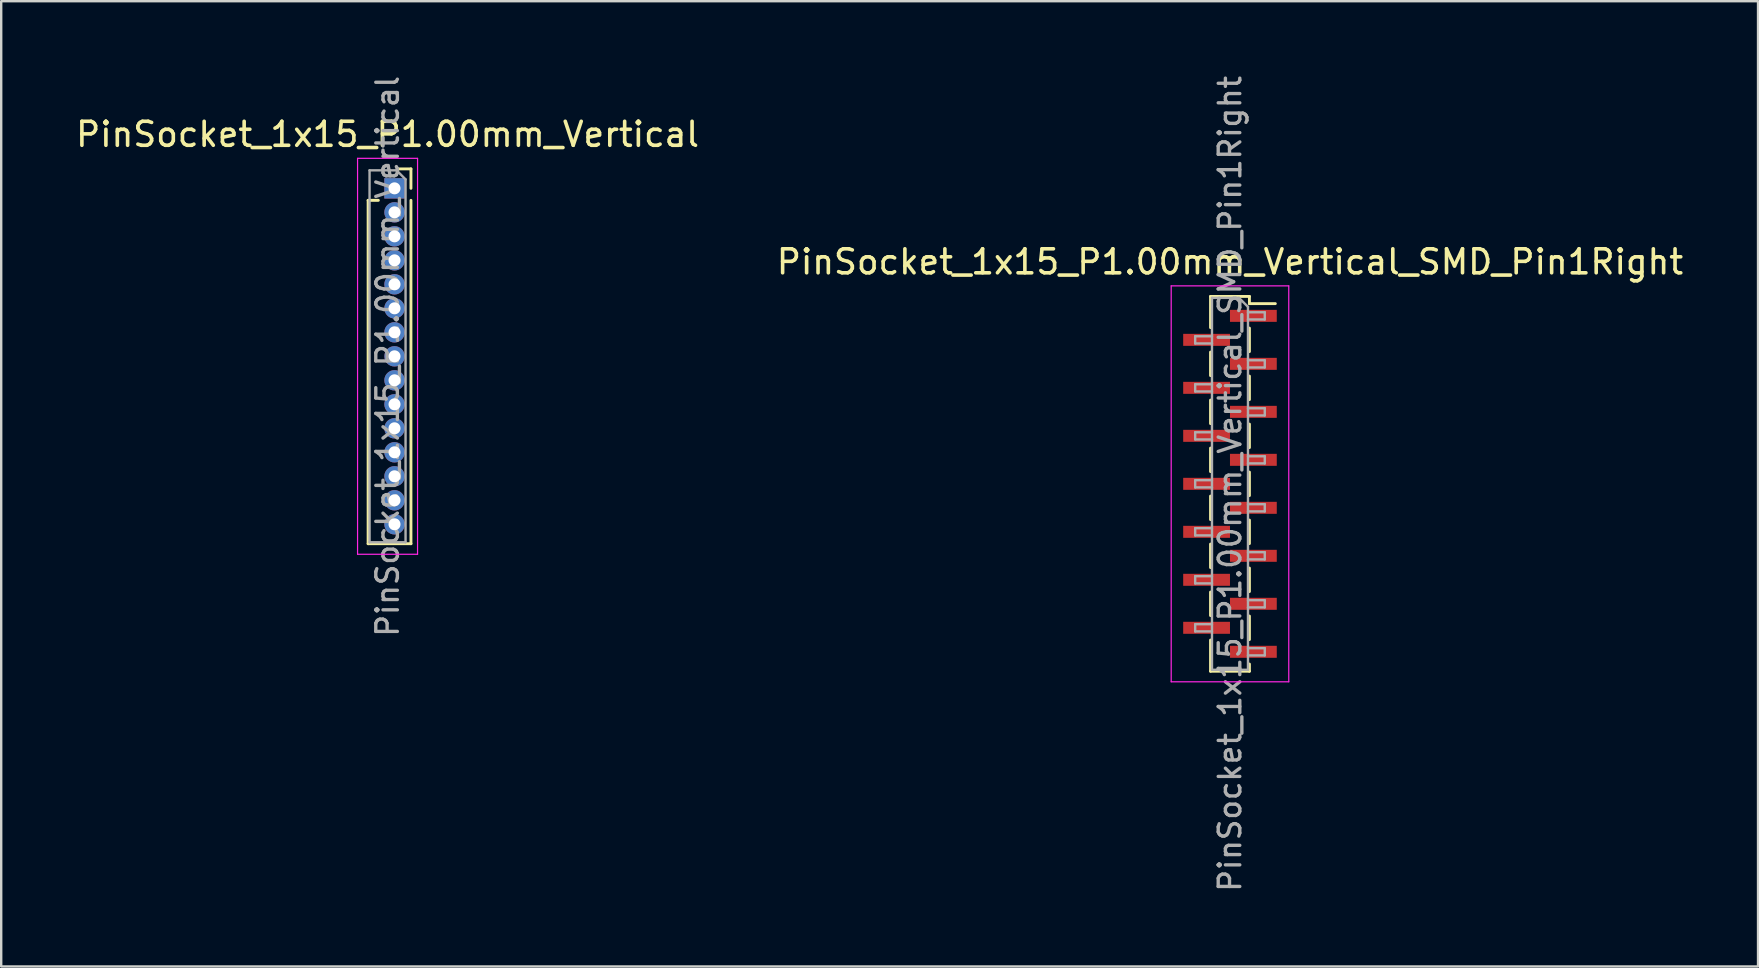
<source format=kicad_pcb>
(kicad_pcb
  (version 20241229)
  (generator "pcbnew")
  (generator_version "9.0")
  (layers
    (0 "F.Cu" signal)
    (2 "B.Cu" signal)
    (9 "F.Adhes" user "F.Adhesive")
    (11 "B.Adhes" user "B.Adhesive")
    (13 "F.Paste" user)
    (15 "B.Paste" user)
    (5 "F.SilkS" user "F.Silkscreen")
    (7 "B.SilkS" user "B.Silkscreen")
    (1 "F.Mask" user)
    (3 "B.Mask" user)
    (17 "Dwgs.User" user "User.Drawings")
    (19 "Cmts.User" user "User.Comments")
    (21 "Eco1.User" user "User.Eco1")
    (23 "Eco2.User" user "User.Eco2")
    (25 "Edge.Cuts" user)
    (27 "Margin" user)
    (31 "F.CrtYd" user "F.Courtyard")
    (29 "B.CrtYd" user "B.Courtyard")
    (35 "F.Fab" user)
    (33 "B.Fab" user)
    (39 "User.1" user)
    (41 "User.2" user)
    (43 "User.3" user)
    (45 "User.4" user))
  (footprint "PinSocket_1x15_P1.00mm_Vertical_SMD_Pin1Right"
    (layer "F.Cu")
    (at 48.208 17.113)
    (property "Reference" "PinSocket_1x15_P1.00mm_Vertical_SMD_Pin1Right" (at 0 -9.25 0) (layer "F.SilkS") (effects (font (size 1 1) (thickness 0.15))))
    (attr smd)
    (fp_line (start -0.81 -7.81) (end -0.81 -6.51) (stroke (width 0.12) (type solid)) (layer "F.SilkS"))
    (fp_line (start -0.81 -7.81) (end 0.81 -7.81) (stroke (width 0.12) (type solid)) (layer "F.SilkS"))
    (fp_line (start -0.81 -5.49) (end -0.81 -4.51) (stroke (width 0.12) (type solid)) (layer "F.SilkS"))
    (fp_line (start -0.81 -3.49) (end -0.81 -2.51) (stroke (width 0.12) (type solid)) (layer "F.SilkS"))
    (fp_line (start -0.81 -1.49) (end -0.81 -0.51) (stroke (width 0.12) (type solid)) (layer "F.SilkS"))
    (fp_line (start -0.81 0.51) (end -0.81 1.49) (stroke (width 0.12) (type solid)) (layer "F.SilkS"))
    (fp_line (start -0.81 2.51) (end -0.81 3.49) (stroke (width 0.12) (type solid)) (layer "F.SilkS"))
    (fp_line (start -0.81 4.51) (end -0.81 5.49) (stroke (width 0.12) (type solid)) (layer "F.SilkS"))
    (fp_line (start -0.81 6.51) (end -0.81 7.81) (stroke (width 0.12) (type solid)) (layer "F.SilkS"))
    (fp_line (start -0.81 7.81) (end 0.81 7.81) (stroke (width 0.12) (type solid)) (layer "F.SilkS"))
    (fp_line (start 0.81 -7.81) (end 0.81 -7.51) (stroke (width 0.12) (type solid)) (layer "F.SilkS"))
    (fp_line (start 0.81 -7.51) (end 1.89 -7.51) (stroke (width 0.12) (type solid)) (layer "F.SilkS"))
    (fp_line (start 0.81 -6.49) (end 0.81 -5.51) (stroke (width 0.12) (type solid)) (layer "F.SilkS"))
    (fp_line (start 0.81 -4.49) (end 0.81 -3.51) (stroke (width 0.12) (type solid)) (layer "F.SilkS"))
    (fp_line (start 0.81 -2.49) (end 0.81 -1.51) (stroke (width 0.12) (type solid)) (layer "F.SilkS"))
    (fp_line (start 0.81 -0.49) (end 0.81 0.49) (stroke (width 0.12) (type solid)) (layer "F.SilkS"))
    (fp_line (start 0.81 1.51) (end 0.81 2.49) (stroke (width 0.12) (type solid)) (layer "F.SilkS"))
    (fp_line (start 0.81 3.51) (end 0.81 4.49) (stroke (width 0.12) (type solid)) (layer "F.SilkS"))
    (fp_line (start 0.81 5.51) (end 0.81 6.49) (stroke (width 0.12) (type solid)) (layer "F.SilkS"))
    (fp_line (start 0.81 7.51) (end 0.81 7.81) (stroke (width 0.12) (type solid)) (layer "F.SilkS"))
    (fp_line (start -2.45 -8.25) (end 2.45 -8.25) (stroke (width 0.05) (type solid)) (layer "F.CrtYd"))
    (fp_line (start -2.45 8.25) (end -2.45 -8.25) (stroke (width 0.05) (type solid)) (layer "F.CrtYd"))
    (fp_line (start 2.45 -8.25) (end 2.45 8.25) (stroke (width 0.05) (type solid)) (layer "F.CrtYd"))
    (fp_line (start 2.45 8.25) (end -2.45 8.25) (stroke (width 0.05) (type solid)) (layer "F.CrtYd"))
    (fp_line (start -1.45 -6.15) (end -0.75 -6.15) (stroke (width 0.1) (type solid)) (layer "F.Fab"))
    (fp_line (start -1.45 -5.85) (end -1.45 -6.15) (stroke (width 0.1) (type solid)) (layer "F.Fab"))
    (fp_line (start -1.45 -4.15) (end -0.75 -4.15) (stroke (width 0.1) (type solid)) (layer "F.Fab"))
    (fp_line (start -1.45 -3.85) (end -1.45 -4.15) (stroke (width 0.1) (type solid)) (layer "F.Fab"))
    (fp_line (start -1.45 -2.15) (end -0.75 -2.15) (stroke (width 0.1) (type solid)) (layer "F.Fab"))
    (fp_line (start -1.45 -1.85) (end -1.45 -2.15) (stroke (width 0.1) (type solid)) (layer "F.Fab"))
    (fp_line (start -1.45 -0.15) (end -0.75 -0.15) (stroke (width 0.1) (type solid)) (layer "F.Fab"))
    (fp_line (start -1.45 0.15) (end -1.45 -0.15) (stroke (width 0.1) (type solid)) (layer "F.Fab"))
    (fp_line (start -1.45 1.85) (end -0.75 1.85) (stroke (width 0.1) (type solid)) (layer "F.Fab"))
    (fp_line (start -1.45 2.15) (end -1.45 1.85) (stroke (width 0.1) (type solid)) (layer "F.Fab"))
    (fp_line (start -1.45 3.85) (end -0.75 3.85) (stroke (width 0.1) (type solid)) (layer "F.Fab"))
    (fp_line (start -1.45 4.15) (end -1.45 3.85) (stroke (width 0.1) (type solid)) (layer "F.Fab"))
    (fp_line (start -1.45 5.85) (end -0.75 5.85) (stroke (width 0.1) (type solid)) (layer "F.Fab"))
    (fp_line (start -1.45 6.15) (end -1.45 5.85) (stroke (width 0.1) (type solid)) (layer "F.Fab"))
    (fp_line (start -0.75 -7.75) (end 0.375 -7.75) (stroke (width 0.1) (type solid)) (layer "F.Fab"))
    (fp_line (start -0.75 -5.85) (end -1.45 -5.85) (stroke (width 0.1) (type solid)) (layer "F.Fab"))
    (fp_line (start -0.75 -3.85) (end -1.45 -3.85) (stroke (width 0.1) (type solid)) (layer "F.Fab"))
    (fp_line (start -0.75 -1.85) (end -1.45 -1.85) (stroke (width 0.1) (type solid)) (layer "F.Fab"))
    (fp_line (start -0.75 0.15) (end -1.45 0.15) (stroke (width 0.1) (type solid)) (layer "F.Fab"))
    (fp_line (start -0.75 2.15) (end -1.45 2.15) (stroke (width 0.1) (type solid)) (layer "F.Fab"))
    (fp_line (start -0.75 4.15) (end -1.45 4.15) (stroke (width 0.1) (type solid)) (layer "F.Fab"))
    (fp_line (start -0.75 6.15) (end -1.45 6.15) (stroke (width 0.1) (type solid)) (layer "F.Fab"))
    (fp_line (start -0.75 7.75) (end -0.75 -7.75) (stroke (width 0.1) (type solid)) (layer "F.Fab"))
    (fp_line (start 0.375 -7.75) (end 0.75 -7.375) (stroke (width 0.1) (type solid)) (layer "F.Fab"))
    (fp_line (start 0.75 -7.375) (end 0.75 7.75) (stroke (width 0.1) (type solid)) (layer "F.Fab"))
    (fp_line (start 0.75 -7.15) (end 1.45 -7.15) (stroke (width 0.1) (type solid)) (layer "F.Fab"))
    (fp_line (start 0.75 -5.15) (end 1.45 -5.15) (stroke (width 0.1) (type solid)) (layer "F.Fab"))
    (fp_line (start 0.75 -3.15) (end 1.45 -3.15) (stroke (width 0.1) (type solid)) (layer "F.Fab"))
    (fp_line (start 0.75 -1.15) (end 1.45 -1.15) (stroke (width 0.1) (type solid)) (layer "F.Fab"))
    (fp_line (start 0.75 0.85) (end 1.45 0.85) (stroke (width 0.1) (type solid)) (layer "F.Fab"))
    (fp_line (start 0.75 2.85) (end 1.45 2.85) (stroke (width 0.1) (type solid)) (layer "F.Fab"))
    (fp_line (start 0.75 4.85) (end 1.45 4.85) (stroke (width 0.1) (type solid)) (layer "F.Fab"))
    (fp_line (start 0.75 6.85) (end 1.45 6.85) (stroke (width 0.1) (type solid)) (layer "F.Fab"))
    (fp_line (start 0.75 7.75) (end -0.75 7.75) (stroke (width 0.1) (type solid)) (layer "F.Fab"))
    (fp_line (start 1.45 -7.15) (end 1.45 -6.85) (stroke (width 0.1) (type solid)) (layer "F.Fab"))
    (fp_line (start 1.45 -6.85) (end 0.75 -6.85) (stroke (width 0.1) (type solid)) (layer "F.Fab"))
    (fp_line (start 1.45 -5.15) (end 1.45 -4.85) (stroke (width 0.1) (type solid)) (layer "F.Fab"))
    (fp_line (start 1.45 -4.85) (end 0.75 -4.85) (stroke (width 0.1) (type solid)) (layer "F.Fab"))
    (fp_line (start 1.45 -3.15) (end 1.45 -2.85) (stroke (width 0.1) (type solid)) (layer "F.Fab"))
    (fp_line (start 1.45 -2.85) (end 0.75 -2.85) (stroke (width 0.1) (type solid)) (layer "F.Fab"))
    (fp_line (start 1.45 -1.15) (end 1.45 -0.85) (stroke (width 0.1) (type solid)) (layer "F.Fab"))
    (fp_line (start 1.45 -0.85) (end 0.75 -0.85) (stroke (width 0.1) (type solid)) (layer "F.Fab"))
    (fp_line (start 1.45 0.85) (end 1.45 1.15) (stroke (width 0.1) (type solid)) (layer "F.Fab"))
    (fp_line (start 1.45 1.15) (end 0.75 1.15) (stroke (width 0.1) (type solid)) (layer "F.Fab"))
    (fp_line (start 1.45 2.85) (end 1.45 3.15) (stroke (width 0.1) (type solid)) (layer "F.Fab"))
    (fp_line (start 1.45 3.15) (end 0.75 3.15) (stroke (width 0.1) (type solid)) (layer "F.Fab"))
    (fp_line (start 1.45 4.85) (end 1.45 5.15) (stroke (width 0.1) (type solid)) (layer "F.Fab"))
    (fp_line (start 1.45 5.15) (end 0.75 5.15) (stroke (width 0.1) (type solid)) (layer "F.Fab"))
    (fp_line (start 1.45 6.85) (end 1.45 7.15) (stroke (width 0.1) (type solid)) (layer "F.Fab"))
    (fp_line (start 1.45 7.15) (end 0.75 7.15) (stroke (width 0.1) (type solid)) (layer "F.Fab"))
    (fp_text user "${REFERENCE}" (at 0 0 90) (layer "F.Fab") (effects (font (size 0.9 0.9) (thickness 0.14))))
    (pad "1" smd rect (at 0.975 -7) (size 1.95 0.5) (layers "F.Cu" "F.Mask" "F.Paste"))
    (pad "2" smd rect (at -0.975 -6) (size 1.95 0.5) (layers "F.Cu" "F.Mask" "F.Paste"))
    (pad "3" smd rect (at 0.975 -5) (size 1.95 0.5) (layers "F.Cu" "F.Mask" "F.Paste"))
    (pad "4" smd rect (at -0.975 -4) (size 1.95 0.5) (layers "F.Cu" "F.Mask" "F.Paste"))
    (pad "5" smd rect (at 0.975 -3) (size 1.95 0.5) (layers "F.Cu" "F.Mask" "F.Paste"))
    (pad "6" smd rect (at -0.975 -2) (size 1.95 0.5) (layers "F.Cu" "F.Mask" "F.Paste"))
    (pad "7" smd rect (at 0.975 -1) (size 1.95 0.5) (layers "F.Cu" "F.Mask" "F.Paste"))
    (pad "8" smd rect (at -0.975 0) (size 1.95 0.5) (layers "F.Cu" "F.Mask" "F.Paste"))
    (pad "9" smd rect (at 0.975 1) (size 1.95 0.5) (layers "F.Cu" "F.Mask" "F.Paste"))
    (pad "10" smd rect (at -0.975 2) (size 1.95 0.5) (layers "F.Cu" "F.Mask" "F.Paste"))
    (pad "11" smd rect (at 0.975 3) (size 1.95 0.5) (layers "F.Cu" "F.Mask" "F.Paste"))
    (pad "12" smd rect (at -0.975 4) (size 1.95 0.5) (layers "F.Cu" "F.Mask" "F.Paste"))
    (pad "13" smd rect (at 0.975 5) (size 1.95 0.5) (layers "F.Cu" "F.Mask" "F.Paste"))
    (pad "14" smd rect (at -0.975 6) (size 1.95 0.5) (layers "F.Cu" "F.Mask" "F.Paste"))
    (pad "15" smd rect (at 0.975 7) (size 1.95 0.5) (layers "F.Cu" "F.Mask" "F.Paste")))
  (footprint "PinSocket_1x15_P1.00mm_Vertical"
    (layer "F.Cu")
    (at 13.391 4.799)
    (property "Reference" "PinSocket_1x15_P1.00mm_Vertical" (at -0.29 -2.25 0) (layer "F.SilkS") (effects (font (size 1 1) (thickness 0.15))))
    (attr through_hole)
    (fp_line (start -1.1 0.5) (end -1.1 14.81) (stroke (width 0.12) (type solid)) (layer "F.SilkS"))
    (fp_line (start -1.1 0.5) (end -0.674 0.5) (stroke (width 0.12) (type solid)) (layer "F.SilkS"))
    (fp_line (start -1.1 14.81) (end 0.685 14.81) (stroke (width 0.12) (type solid)) (layer "F.SilkS"))
    (fp_line (start 0.125 -0.81) (end 0.685 -0.81) (stroke (width 0.12) (type solid)) (layer "F.SilkS"))
    (fp_line (start 0.685 -0.81) (end 0.685 0) (stroke (width 0.12) (type solid)) (layer "F.SilkS"))
    (fp_line (start 0.685 0.5) (end 0.685 14.81) (stroke (width 0.12) (type solid)) (layer "F.SilkS"))
    (fp_line (start -1.54 -1.25) (end 0.96 -1.25) (stroke (width 0.05) (type solid)) (layer "F.CrtYd"))
    (fp_line (start -1.54 15.25) (end -1.54 -1.25) (stroke (width 0.05) (type solid)) (layer "F.CrtYd"))
    (fp_line (start 0.96 -1.25) (end 0.96 15.25) (stroke (width 0.05) (type solid)) (layer "F.CrtYd"))
    (fp_line (start 0.96 15.25) (end -1.54 15.25) (stroke (width 0.05) (type solid)) (layer "F.CrtYd"))
    (fp_line (start -1.04 -0.75) (end 0.085 -0.75) (stroke (width 0.1) (type solid)) (layer "F.Fab"))
    (fp_line (start -1.04 14.75) (end -1.04 -0.75) (stroke (width 0.1) (type solid)) (layer "F.Fab"))
    (fp_line (start 0.085 -0.75) (end 0.46 -0.375) (stroke (width 0.1) (type solid)) (layer "F.Fab"))
    (fp_line (start 0.46 -0.375) (end 0.46 14.75) (stroke (width 0.1) (type solid)) (layer "F.Fab"))
    (fp_line (start 0.46 14.75) (end -1.04 14.75) (stroke (width 0.1) (type solid)) (layer "F.Fab"))
    (fp_text user "${REFERENCE}" (at -0.29 7 90) (layer "F.Fab") (effects (font (size 0.9 0.9) (thickness 0.14))))
    (pad "1" thru_hole rect (at 0 0) (size 0.85 0.85) (drill 0.5) (layers "*.Cu" "*.Mask"))
    (pad "2" thru_hole oval (at 0 1) (size 0.85 0.85) (drill 0.5) (layers "*.Cu" "*.Mask"))
    (pad "3" thru_hole oval (at 0 2) (size 0.85 0.85) (drill 0.5) (layers "*.Cu" "*.Mask"))
    (pad "4" thru_hole oval (at 0 3) (size 0.85 0.85) (drill 0.5) (layers "*.Cu" "*.Mask"))
    (pad "5" thru_hole oval (at 0 4) (size 0.85 0.85) (drill 0.5) (layers "*.Cu" "*.Mask"))
    (pad "6" thru_hole oval (at 0 5) (size 0.85 0.85) (drill 0.5) (layers "*.Cu" "*.Mask"))
    (pad "7" thru_hole oval (at 0 6) (size 0.85 0.85) (drill 0.5) (layers "*.Cu" "*.Mask"))
    (pad "8" thru_hole oval (at 0 7) (size 0.85 0.85) (drill 0.5) (layers "*.Cu" "*.Mask"))
    (pad "9" thru_hole oval (at 0 8) (size 0.85 0.85) (drill 0.5) (layers "*.Cu" "*.Mask"))
    (pad "10" thru_hole oval (at 0 9) (size 0.85 0.85) (drill 0.5) (layers "*.Cu" "*.Mask"))
    (pad "11" thru_hole oval (at 0 10) (size 0.85 0.85) (drill 0.5) (layers "*.Cu" "*.Mask"))
    (pad "12" thru_hole oval (at 0 11) (size 0.85 0.85) (drill 0.5) (layers "*.Cu" "*.Mask"))
    (pad "13" thru_hole oval (at 0 12) (size 0.85 0.85) (drill 0.5) (layers "*.Cu" "*.Mask"))
    (pad "14" thru_hole oval (at 0 13) (size 0.85 0.85) (drill 0.5) (layers "*.Cu" "*.Mask"))
    (pad "15" thru_hole oval (at 0 14) (size 0.85 0.85) (drill 0.5) (layers "*.Cu" "*.Mask")))
  (gr_rect
    (start -3 -3)
    (end 70.214 37.226)
    (stroke (width 0.1) (type default))
    (fill no)
    (layer "Edge.Cuts")))
</source>
